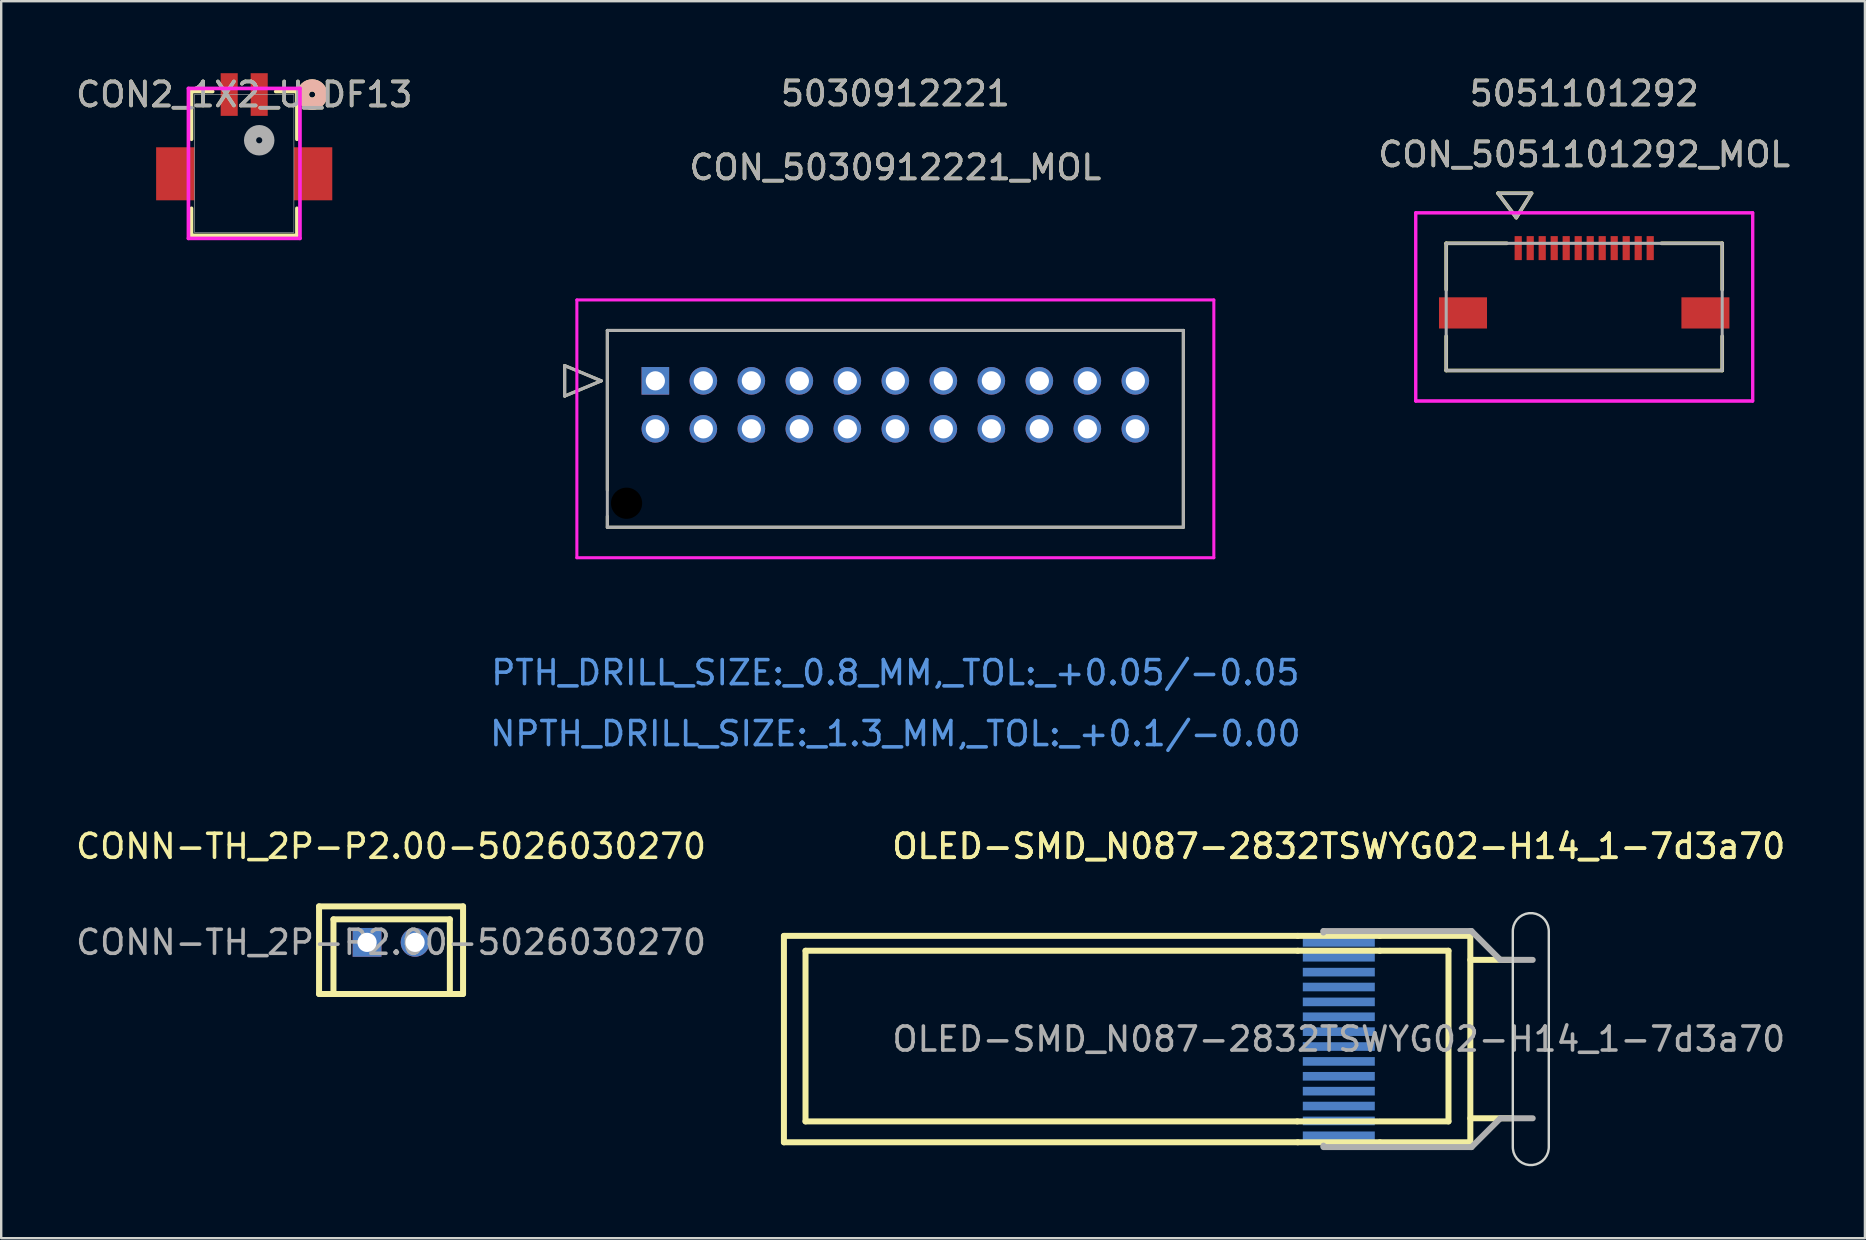
<source format=kicad_pcb>
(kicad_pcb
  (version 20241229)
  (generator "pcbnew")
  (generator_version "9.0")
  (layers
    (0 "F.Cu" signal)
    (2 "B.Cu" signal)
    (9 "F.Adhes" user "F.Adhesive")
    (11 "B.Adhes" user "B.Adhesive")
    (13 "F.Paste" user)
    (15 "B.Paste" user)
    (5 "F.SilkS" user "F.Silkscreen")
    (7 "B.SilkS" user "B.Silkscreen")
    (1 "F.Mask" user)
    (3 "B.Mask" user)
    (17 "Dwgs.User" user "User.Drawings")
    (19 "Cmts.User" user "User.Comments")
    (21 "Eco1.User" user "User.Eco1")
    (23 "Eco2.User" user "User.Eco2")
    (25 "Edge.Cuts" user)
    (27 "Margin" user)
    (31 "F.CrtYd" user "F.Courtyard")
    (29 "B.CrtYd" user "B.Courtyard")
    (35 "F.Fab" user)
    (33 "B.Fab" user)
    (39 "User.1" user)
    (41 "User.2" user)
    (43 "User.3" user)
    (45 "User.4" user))
  (footprint "CON_5030912221_MOL"
    (layer "F.Cu")
    (at 24.256 12.818)
    (property "Reference" "CON_5030912221_MOL" (at 10 -8.89 0) (unlocked yes) (layer "F.SilkS") (effects (font (size 1 1) (thickness 0.15))))
    (attr through_hole)
    (fp_line (start -3.778 -0.635) (end -3.778 0.635) (stroke (width 0.127) (type solid)) (layer "F.SilkS"))
    (fp_line (start -3.778 0.635) (end -2.254 0) (stroke (width 0.127) (type solid)) (layer "F.SilkS"))
    (fp_line (start -2.254 0) (end -3.778 -0.635) (stroke (width 0.127) (type solid)) (layer "F.SilkS"))
    (fp_line (start -2 -2.1) (end -2 4.556) (stroke (width 0.127) (type solid)) (layer "F.SilkS"))
    (fp_line (start -2 5.644) (end -2 6.1) (stroke (width 0.127) (type solid)) (layer "F.SilkS"))
    (fp_line (start -2 6.1) (end 22 6.1) (stroke (width 0.127) (type solid)) (layer "F.SilkS"))
    (fp_line (start 22 -2.1) (end -2 -2.1) (stroke (width 0.127) (type solid)) (layer "F.SilkS"))
    (fp_line (start 22 6.1) (end 22 -2.1) (stroke (width 0.127) (type solid)) (layer "F.SilkS"))
    (fp_line (start -3.27 -3.37) (end -3.27 7.37) (stroke (width 0.127) (type solid)) (layer "F.CrtYd"))
    (fp_line (start -3.27 7.37) (end 23.27 7.37) (stroke (width 0.127) (type solid)) (layer "F.CrtYd"))
    (fp_line (start 23.27 -3.37) (end -3.27 -3.37) (stroke (width 0.127) (type solid)) (layer "F.CrtYd"))
    (fp_line (start 23.27 7.37) (end 23.27 -3.37) (stroke (width 0.127) (type solid)) (layer "F.CrtYd"))
    (fp_line (start -3.778 -0.635) (end -3.778 0.635) (stroke (width 0.127) (type solid)) (layer "F.Fab"))
    (fp_line (start -3.778 0.635) (end -2.254 0) (stroke (width 0.127) (type solid)) (layer "F.Fab"))
    (fp_line (start -2.254 0) (end -3.778 -0.635) (stroke (width 0.127) (type solid)) (layer "F.Fab"))
    (fp_line (start -2 -2.1) (end -2 6.1) (stroke (width 0.127) (type solid)) (layer "F.Fab"))
    (fp_line (start -2 6.1) (end 22 6.1) (stroke (width 0.127) (type solid)) (layer "F.Fab"))
    (fp_line (start 22 -2.1) (end -2 -2.1) (stroke (width 0.127) (type solid)) (layer "F.Fab"))
    (fp_line (start 22 6.1) (end 22 -2.1) (stroke (width 0.127) (type solid)) (layer "F.Fab"))
    (fp_text user "5030912221" (at 10 -11.97 0) (unlocked yes) (layer "F.SilkS") (effects (font (size 1 1) (thickness 0.15))))
    (fp_text user "NPTH_DRILL_SIZE:_1.3_MM,_TOL:_+0.1/-0.00" (at 10 14.7 0) (unlocked yes) (layer "Cmts.User") (effects (font (size 1 1) (thickness 0.15))))
    (fp_text user "PTH_DRILL_SIZE:_0.8_MM,_TOL:_+0.05/-0.05" (at 10 12.16 0) (unlocked yes) (layer "Cmts.User") (effects (font (size 1 1) (thickness 0.15))))
    (fp_text user "${REFERENCE}" (at 10 -8.89 0) (unlocked yes) (layer "F.Fab") (effects (font (size 1 1) (thickness 0.15))))
    (fp_text user "5030912221" (at 10 -11.97 0) (unlocked yes) (layer "F.Fab") (effects (font (size 1 1) (thickness 0.15))))
    (pad "" np_thru_hole circle (at -1.2 5.1) (size 1.3 1.3) (drill 1.3) (layers))
    (pad "1" thru_hole rect (at 0 0) (size 1.15 1.15) (drill 0.8) (layers "*.Cu" "*.Mask"))
    (pad "2" thru_hole circle (at 0 2) (size 1.15 1.15) (drill 0.8) (layers "*.Cu" "*.Mask"))
    (pad "3" thru_hole circle (at 2 0 90) (size 1.15 1.15) (drill 0.8) (layers "*.Cu" "*.Mask"))
    (pad "4" thru_hole circle (at 2 2 90) (size 1.15 1.15) (drill 0.8) (layers "*.Cu" "*.Mask"))
    (pad "5" thru_hole circle (at 4 0 90) (size 1.15 1.15) (drill 0.8) (layers "*.Cu" "*.Mask"))
    (pad "6" thru_hole circle (at 4 2 90) (size 1.15 1.15) (drill 0.8) (layers "*.Cu" "*.Mask"))
    (pad "7" thru_hole circle (at 6 0 90) (size 1.15 1.15) (drill 0.8) (layers "*.Cu" "*.Mask"))
    (pad "8" thru_hole circle (at 6 2 90) (size 1.15 1.15) (drill 0.8) (layers "*.Cu" "*.Mask"))
    (pad "9" thru_hole circle (at 8 0 90) (size 1.15 1.15) (drill 0.8) (layers "*.Cu" "*.Mask"))
    (pad "10" thru_hole circle (at 8 2 90) (size 1.15 1.15) (drill 0.8) (layers "*.Cu" "*.Mask"))
    (pad "11" thru_hole circle (at 10 0 90) (size 1.15 1.15) (drill 0.8) (layers "*.Cu" "*.Mask"))
    (pad "12" thru_hole circle (at 10 2 90) (size 1.15 1.15) (drill 0.8) (layers "*.Cu" "*.Mask"))
    (pad "13" thru_hole circle (at 12 0 90) (size 1.15 1.15) (drill 0.8) (layers "*.Cu" "*.Mask"))
    (pad "14" thru_hole circle (at 12 2 90) (size 1.15 1.15) (drill 0.8) (layers "*.Cu" "*.Mask"))
    (pad "15" thru_hole circle (at 14 0 90) (size 1.15 1.15) (drill 0.8) (layers "*.Cu" "*.Mask"))
    (pad "16" thru_hole circle (at 14 2 90) (size 1.15 1.15) (drill 0.8) (layers "*.Cu" "*.Mask"))
    (pad "17" thru_hole circle (at 16 0 90) (size 1.15 1.15) (drill 0.8) (layers "*.Cu" "*.Mask"))
    (pad "18" thru_hole circle (at 16 2 90) (size 1.15 1.15) (drill 0.8) (layers "*.Cu" "*.Mask"))
    (pad "19" thru_hole circle (at 18 0 90) (size 1.15 1.15) (drill 0.8) (layers "*.Cu" "*.Mask"))
    (pad "20" thru_hole circle (at 18 2 90) (size 1.15 1.15) (drill 0.8) (layers "*.Cu" "*.Mask"))
    (pad "21" thru_hole circle (at 20 0 90) (size 1.15 1.15) (drill 0.8) (layers "*.Cu" "*.Mask"))
    (pad "22" thru_hole circle (at 20 2 90) (size 1.15 1.15) (drill 0.8) (layers "*.Cu" "*.Mask")))
  (footprint "OLED-SMD_N087-2832TSWYG02-H14_1-7d3a70"
    (layer "F.Cu")
    (at 52.733 40.245)
    (property "Reference" "OLED-SMD_N087-2832TSWYG02-H14_1-7d3a70" (at 0 -8.03 0) (layer "F.SilkS") (effects (font (size 1 1) (thickness 0.15))))
    (attr smd)
    (fp_line (start -23.12 -4.3) (end -23.12 4.3) (stroke (width 0.25) (type solid)) (layer "F.SilkS"))
    (fp_line (start -23.12 -4.3) (end -1.71 -4.3) (stroke (width 0.25) (type solid)) (layer "F.SilkS"))
    (fp_line (start -23.12 4.3) (end -1.71 4.3) (stroke (width 0.25) (type solid)) (layer "F.SilkS"))
    (fp_line (start -22.22 -3.68) (end -22.22 3.43) (stroke (width 0.25) (type solid)) (layer "F.SilkS"))
    (fp_line (start -22.22 3.43) (end -1.73 3.43) (stroke (width 0.25) (type solid)) (layer "F.SilkS"))
    (fp_line (start -1.73 3.43) (end 1.65 3.43) (stroke (width 0.25) (type solid)) (layer "F.SilkS"))
    (fp_line (start -1.71 -3.68) (end -22.22 -3.68) (stroke (width 0.25) (type solid)) (layer "F.SilkS"))
    (fp_line (start -1.71 -3.68) (end 1.71 -3.68) (stroke (width 0.25) (type solid)) (layer "F.SilkS"))
    (fp_line (start -1.71 4.3) (end 1.71 4.3) (stroke (width 0.25) (type solid)) (layer "F.SilkS"))
    (fp_line (start 1.71 -4.3) (end -1.71 -4.3) (stroke (width 0.25) (type solid)) (layer "F.SilkS"))
    (fp_line (start 1.71 -4.3) (end 5.46 -4.3) (stroke (width 0.25) (type solid)) (layer "F.SilkS"))
    (fp_line (start 1.71 4.3) (end 5.48 4.3) (stroke (width 0.25) (type solid)) (layer "F.SilkS"))
    (fp_line (start 1.73 3.43) (end 4.57 3.43) (stroke (width 0.25) (type solid)) (layer "F.SilkS"))
    (fp_line (start 4.57 -3.68) (end 1.71 -3.68) (stroke (width 0.25) (type solid)) (layer "F.SilkS"))
    (fp_line (start 4.57 3.43) (end 4.57 -3.68) (stroke (width 0.25) (type solid)) (layer "F.SilkS"))
    (fp_line (start 5.48 4.3) (end 5.48 -4.3) (stroke (width 0.25) (type solid)) (layer "F.SilkS"))
    (fp_line (start 7.24 -3.3) (end 5.48 -3.3) (stroke (width 0.25) (type solid)) (layer "F.SilkS"))
    (fp_line (start 7.24 3.3) (end 5.48 3.3) (stroke (width 0.25) (type solid)) (layer "F.SilkS"))
    (fp_poly (pts (xy 8.218 -5.218) (xy 8.354 -5.161) (xy 8.476 -5.08) (xy 8.58 -4.976) (xy 8.661 -4.854) (xy 8.718 -4.718) (xy 8.746 -4.574) (xy 8.75 -4.5) (xy 8.75 4.5) (xy 8.746 4.574) (xy 8.718 4.718) (xy 8.661 4.854) (xy 8.58 4.976) (xy 8.476 5.08) (xy 8.354 5.161) (xy 8.218 5.218) (xy 8.074 5.246) (xy 7.926 5.246) (xy 7.782 5.218) (xy 7.646 5.161) (xy 7.524 5.08) (xy 7.42 4.976) (xy 7.339 4.854) (xy 7.282 4.718) (xy 7.254 4.574) (xy 7.25 4.5) (xy 7.25 -4.5) (xy 7.254 -4.574) (xy 7.282 -4.718) (xy 7.339 -4.854) (xy 7.42 -4.976) (xy 7.524 -5.08) (xy 7.646 -5.161) (xy 7.782 -5.218) (xy 7.926 -5.246) (xy 8.074 -5.246)) (stroke (width 0.1) (type solid)) (fill no) (layer "Edge.Cuts"))
    (fp_line (start -0.64 -4.5) (end -0.64 -4.44) (stroke (width 0.25) (type solid)) (layer "F.Fab"))
    (fp_line (start -0.64 4.44) (end -0.64 4.45) (stroke (width 0.25) (type solid)) (layer "F.Fab"))
    (fp_line (start 5.48 -4.5) (end -0.64 -4.5) (stroke (width 0.25) (type solid)) (layer "F.Fab"))
    (fp_line (start 5.48 -4.5) (end 5.53 -4.5) (stroke (width 0.25) (type solid)) (layer "F.Fab"))
    (fp_line (start 5.48 4.5) (end -0.64 4.5) (stroke (width 0.25) (type solid)) (layer "F.Fab"))
    (fp_line (start 5.48 4.5) (end 5.53 4.5) (stroke (width 0.25) (type solid)) (layer "F.Fab"))
    (fp_line (start 5.53 -4.5) (end 6.73 -3.3) (stroke (width 0.25) (type solid)) (layer "F.Fab"))
    (fp_line (start 5.53 4.5) (end 6.73 3.3) (stroke (width 0.25) (type solid)) (layer "F.Fab"))
    (fp_line (start 6.73 -3.3) (end 8.08 -3.3) (stroke (width 0.25) (type solid)) (layer "F.Fab"))
    (fp_line (start 6.73 3.3) (end 8.08 3.3) (stroke (width 0.25) (type solid)) (layer "F.Fab"))
    (fp_text user "${REFERENCE}" (at 0 -8.03 0) (layer "F.SilkS") (effects (font (size 1 1) (thickness 0.15))))
    (fp_text user "${REFERENCE}" (at 0 0 0) (layer "F.Fab") (effects (font (size 1 1) (thickness 0.15))))
    (pad "1" smd rect (at 0 4.03) (size 3 0.36) (layers "B.Cu" "B.Mask" "B.Paste"))
    (pad "2" smd rect (at 0 3.41) (size 3 0.36) (layers "B.Cu" "B.Mask" "B.Paste"))
    (pad "3" smd rect (at 0 2.79) (size 3 0.36) (layers "B.Cu" "B.Mask" "B.Paste"))
    (pad "4" smd rect (at 0 2.17) (size 3 0.36) (layers "B.Cu" "B.Mask" "B.Paste"))
    (pad "5" smd rect (at 0 1.55) (size 3 0.36) (layers "B.Cu" "B.Mask" "B.Paste"))
    (pad "6" smd rect (at 0 0.93) (size 3 0.36) (layers "B.Cu" "B.Mask" "B.Paste"))
    (pad "7" smd rect (at 0 0.31) (size 3 0.36) (layers "B.Cu" "B.Mask" "B.Paste"))
    (pad "8" smd rect (at 0 -0.31) (size 3 0.36) (layers "B.Cu" "B.Mask" "B.Paste"))
    (pad "9" smd rect (at 0 -0.93) (size 3 0.36) (layers "B.Cu" "B.Mask" "B.Paste"))
    (pad "10" smd rect (at 0 -1.55) (size 3 0.36) (layers "B.Cu" "B.Mask" "B.Paste"))
    (pad "11" smd rect (at 0 -2.17) (size 3 0.36) (layers "B.Cu" "B.Mask" "B.Paste"))
    (pad "12" smd rect (at 0 -2.79) (size 3 0.36) (layers "B.Cu" "B.Mask" "B.Paste"))
    (pad "13" smd rect (at 0 -3.41) (size 3 0.36) (layers "B.Cu" "B.Mask" "B.Paste"))
    (pad "14" smd rect (at 0 -4.03) (size 3 0.36) (layers "B.Cu" "B.Mask" "B.Paste")))
  (footprint "CON_5051101292_MOL"
    (layer "F.Cu")
    (at 62.958 9.738)
    (property "Reference" "CON_5051101292_MOL" (at 0 -6.35 0) (unlocked yes) (layer "F.SilkS") (effects (font (size 1 1) (thickness 0.15))))
    (attr smd)
    (fp_line (start -5.75 -2.65) (end -5.75 -0.72) (stroke (width 0.152) (type solid)) (layer "F.SilkS"))
    (fp_line (start -5.75 1.22) (end -5.75 2.65) (stroke (width 0.152) (type solid)) (layer "F.SilkS"))
    (fp_line (start -5.75 2.65) (end 5.75 2.65) (stroke (width 0.152) (type solid)) (layer "F.SilkS"))
    (fp_line (start -3.591 -4.736) (end -2.829 -3.72) (stroke (width 0.152) (type solid)) (layer "F.SilkS"))
    (fp_line (start -3.591 -4.736) (end -2.194 -4.736) (stroke (width 0.152) (type solid)) (layer "F.SilkS"))
    (fp_line (start -3.22 -2.65) (end -5.75 -2.65) (stroke (width 0.152) (type solid)) (layer "F.SilkS"))
    (fp_line (start -2.194 -4.736) (end -2.829 -3.72) (stroke (width 0.152) (type solid)) (layer "F.SilkS"))
    (fp_line (start 5.75 -2.65) (end 3.22 -2.65) (stroke (width 0.152) (type solid)) (layer "F.SilkS"))
    (fp_line (start 5.75 -0.72) (end 5.75 -2.65) (stroke (width 0.152) (type solid)) (layer "F.SilkS"))
    (fp_line (start 5.75 2.65) (end 5.75 1.22) (stroke (width 0.152) (type solid)) (layer "F.SilkS"))
    (fp_line (start -7.02 -3.92) (end -7.02 3.92) (stroke (width 0.127) (type solid)) (layer "F.CrtYd"))
    (fp_line (start -7.02 -3.92) (end -7.02 3.92) (stroke (width 0.127) (type solid)) (layer "F.CrtYd"))
    (fp_line (start -7.02 3.92) (end 7.02 3.92) (stroke (width 0.127) (type solid)) (layer "F.CrtYd"))
    (fp_line (start -7.02 3.92) (end 7.02 3.92) (stroke (width 0.127) (type solid)) (layer "F.CrtYd"))
    (fp_line (start 7.02 -3.92) (end -7.02 -3.92) (stroke (width 0.127) (type solid)) (layer "F.CrtYd"))
    (fp_line (start 7.02 -3.92) (end -7.02 -3.92) (stroke (width 0.127) (type solid)) (layer "F.CrtYd"))
    (fp_line (start 7.02 3.92) (end 7.02 -3.92) (stroke (width 0.127) (type solid)) (layer "F.CrtYd"))
    (fp_line (start 7.02 3.92) (end 7.02 -3.92) (stroke (width 0.127) (type solid)) (layer "F.CrtYd"))
    (fp_line (start -5.75 -2.65) (end -5.75 2.65) (stroke (width 0.127) (type solid)) (layer "F.Fab"))
    (fp_line (start -5.75 2.65) (end 5.75 2.65) (stroke (width 0.127) (type solid)) (layer "F.Fab"))
    (fp_line (start -3.591 -4.736) (end -2.829 -3.72) (stroke (width 0.127) (type solid)) (layer "F.Fab"))
    (fp_line (start -3.591 -4.736) (end -2.194 -4.736) (stroke (width 0.127) (type solid)) (layer "F.Fab"))
    (fp_line (start -2.194 -4.736) (end -2.829 -3.72) (stroke (width 0.127) (type solid)) (layer "F.Fab"))
    (fp_line (start 5.75 -2.65) (end -5.75 -2.65) (stroke (width 0.127) (type solid)) (layer "F.Fab"))
    (fp_line (start 5.75 2.65) (end 5.75 -2.65) (stroke (width 0.127) (type solid)) (layer "F.Fab"))
    (fp_text user "5051101292" (at 0 -8.89 0) (unlocked yes) (layer "F.SilkS") (effects (font (size 1 1) (thickness 0.15))))
    (fp_text user "${REFERENCE}" (at 0 -6.35 0) (unlocked yes) (layer "F.Fab") (effects (font (size 1 1) (thickness 0.15))))
    (fp_text user "5051101292" (at 0 -8.89 0) (unlocked yes) (layer "F.Fab") (effects (font (size 1 1) (thickness 0.15))))
    (pad "1" smd rect (at -2.75 -2.45) (size 0.3 1) (layers "F.Cu" "F.Mask" "F.Paste"))
    (pad "2" smd rect (at -2.25 -2.45) (size 0.3 1) (layers "F.Cu" "F.Mask" "F.Paste"))
    (pad "3" smd rect (at -1.75 -2.45) (size 0.3 1) (layers "F.Cu" "F.Mask" "F.Paste"))
    (pad "4" smd rect (at -1.25 -2.45) (size 0.3 1) (layers "F.Cu" "F.Mask" "F.Paste"))
    (pad "5" smd rect (at -0.75 -2.45) (size 0.3 1) (layers "F.Cu" "F.Mask" "F.Paste"))
    (pad "6" smd rect (at -0.25 -2.45) (size 0.3 1) (layers "F.Cu" "F.Mask" "F.Paste"))
    (pad "7" smd rect (at 0.25 -2.45) (size 0.3 1) (layers "F.Cu" "F.Mask" "F.Paste"))
    (pad "8" smd rect (at 0.75 -2.45) (size 0.3 1) (layers "F.Cu" "F.Mask" "F.Paste"))
    (pad "9" smd rect (at 1.25 -2.45) (size 0.3 1) (layers "F.Cu" "F.Mask" "F.Paste"))
    (pad "10" smd rect (at 1.75 -2.45) (size 0.3 1) (layers "F.Cu" "F.Mask" "F.Paste"))
    (pad "11" smd rect (at 2.25 -2.45) (size 0.3 1) (layers "F.Cu" "F.Mask" "F.Paste"))
    (pad "12" smd rect (at 2.75 -2.45) (size 0.3 1) (layers "F.Cu" "F.Mask" "F.Paste"))
    (pad "P1" smd rect (at -5.05 0.25) (size 2 1.3) (layers "F.Cu" "F.Mask" "F.Paste"))
    (pad "P2" smd rect (at 5.05 0.25) (size 2 1.3) (layers "F.Cu" "F.Mask" "F.Paste")))
  (footprint "CONN-TH_2P-P2.00-5026030270"
    (layer "F.Cu")
    (at 13.244 36.215)
    (property "Reference" "CONN-TH_2P-P2.00-5026030270" (at 0 -4 0) (layer "F.SilkS") (effects (font (size 1 1) (thickness 0.15))))
    (attr through_hole)
    (fp_line (start -3 -1.5) (end 3 -1.5) (stroke (width 0.25) (type solid)) (layer "F.SilkS"))
    (fp_line (start -3 2.15) (end -3 -1.5) (stroke (width 0.25) (type solid)) (layer "F.SilkS"))
    (fp_line (start -3 2.15) (end 3 2.15) (stroke (width 0.25) (type solid)) (layer "F.SilkS"))
    (fp_line (start -2.4 -0.96) (end 2.45 -0.96) (stroke (width 0.25) (type solid)) (layer "F.SilkS"))
    (fp_line (start -2.4 2.15) (end -2.4 -0.96) (stroke (width 0.25) (type solid)) (layer "F.SilkS"))
    (fp_line (start 2.45 -0.96) (end 2.45 2.15) (stroke (width 0.25) (type solid)) (layer "F.SilkS"))
    (fp_line (start 3 -1.5) (end 3 2.15) (stroke (width 0.25) (type solid)) (layer "F.SilkS"))
    (fp_text user "${REFERENCE}" (at 0 0 0) (layer "F.Fab") (effects (font (size 1 1) (thickness 0.15))))
    (pad "1" thru_hole rect (at -1 0) (size 1.2 1.2) (drill 0.8) (layers "*.Cu" "*.Mask"))
    (pad "2" thru_hole circle (at 1 0) (size 1.2 1.2) (drill 0.8) (layers "*.Cu" "*.Mask")))
  (footprint "CON2_1X2_U_DF13"
    (layer "F.Cu")
    (at 6.5 0.889)
    (property "Reference" "CON2_1X2_U_DF13" (at 0.625 0 0) (unlocked yes) (layer "F.SilkS") (effects (font (size 1 1) (thickness 0.15))))
    (attr smd)
    (fp_line (start -1.572 -0.127) (end -1.572 1.864) (stroke (width 0.152) (type solid)) (layer "F.SilkS"))
    (fp_line (start -1.572 4.74) (end -1.572 5.867) (stroke (width 0.152) (type solid)) (layer "F.SilkS"))
    (fp_line (start -1.572 5.867) (end 2.822 5.867) (stroke (width 0.152) (type solid)) (layer "F.SilkS"))
    (fp_line (start -0.688 -0.127) (end -1.572 -0.127) (stroke (width 0.152) (type solid)) (layer "F.SilkS"))
    (fp_line (start 2.822 -0.127) (end 1.938 -0.127) (stroke (width 0.152) (type solid)) (layer "F.SilkS"))
    (fp_line (start 2.822 1.864) (end 2.822 -0.127) (stroke (width 0.152) (type solid)) (layer "F.SilkS"))
    (fp_line (start 2.822 5.867) (end 2.822 4.74) (stroke (width 0.152) (type solid)) (layer "F.SilkS"))
    (fp_circle (center 3.457 0) (end 3.838 0) (stroke (width 0.508) (type solid)) (fill no) (layer "F.SilkS"))
    (fp_circle (center 3.457 0) (end 3.838 0) (stroke (width 0.508) (type solid)) (fill no) (layer "B.SilkS"))
    (fp_line (start -1.699 -0.254) (end -1.699 5.994) (stroke (width 0.152) (type solid)) (layer "F.CrtYd"))
    (fp_line (start -1.699 5.994) (end 2.949 5.994) (stroke (width 0.152) (type solid)) (layer "F.CrtYd"))
    (fp_line (start 2.949 -0.254) (end -1.699 -0.254) (stroke (width 0.152) (type solid)) (layer "F.CrtYd"))
    (fp_line (start 2.949 5.994) (end 2.949 -0.254) (stroke (width 0.152) (type solid)) (layer "F.CrtYd"))
    (fp_line (start -1.445 0) (end -1.445 5.74) (stroke (width 0.025) (type solid)) (layer "F.Fab"))
    (fp_line (start -1.445 5.74) (end 2.695 5.74) (stroke (width 0.025) (type solid)) (layer "F.Fab"))
    (fp_line (start 2.695 0) (end -1.445 0) (stroke (width 0.025) (type solid)) (layer "F.Fab"))
    (fp_line (start 2.695 5.74) (end 2.695 0) (stroke (width 0.025) (type solid)) (layer "F.Fab"))
    (fp_circle (center 1.25 1.905) (end 1.631 1.905) (stroke (width 0.508) (type solid)) (fill no) (layer "F.Fab"))
    (fp_text user "${REFERENCE}" (at 0.625 0 0) (unlocked yes) (layer "F.Fab") (effects (font (size 1 1) (thickness 0.15))))
    (pad "1" smd rect (at 1.25 0) (size 0.711 1.778) (layers "F.Cu" "F.Mask" "F.Paste"))
    (pad "2" smd rect (at 0 0) (size 0.711 1.778) (layers "F.Cu" "F.Mask" "F.Paste"))
    (pad "3" smd rect (at -2.245 3.302) (size 1.6 2.21) (layers "F.Cu" "F.Mask" "F.Paste"))
    (pad "4" smd rect (at 3.495 3.302) (size 1.6 2.21) (layers "F.Cu" "F.Mask" "F.Paste")))
  (gr_rect
    (start -3 -3)
    (end 74.655 48.541)
    (stroke (width 0.1) (type default))
    (fill no)
    (layer "Edge.Cuts")))
</source>
